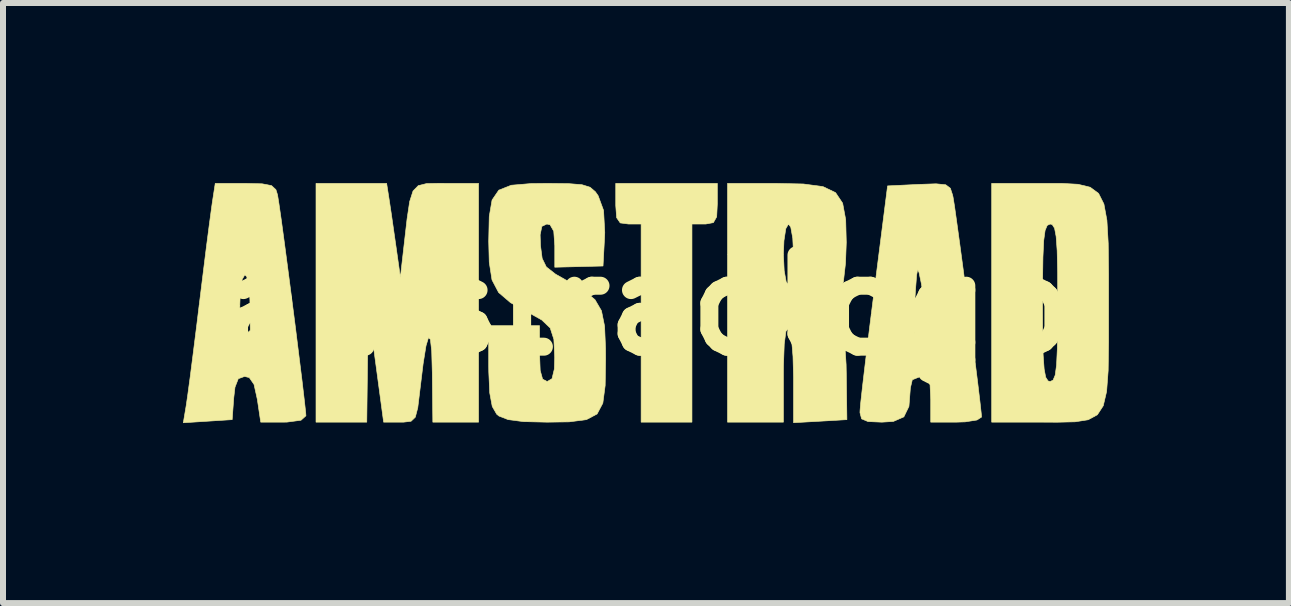
<source format=kicad_pcb>
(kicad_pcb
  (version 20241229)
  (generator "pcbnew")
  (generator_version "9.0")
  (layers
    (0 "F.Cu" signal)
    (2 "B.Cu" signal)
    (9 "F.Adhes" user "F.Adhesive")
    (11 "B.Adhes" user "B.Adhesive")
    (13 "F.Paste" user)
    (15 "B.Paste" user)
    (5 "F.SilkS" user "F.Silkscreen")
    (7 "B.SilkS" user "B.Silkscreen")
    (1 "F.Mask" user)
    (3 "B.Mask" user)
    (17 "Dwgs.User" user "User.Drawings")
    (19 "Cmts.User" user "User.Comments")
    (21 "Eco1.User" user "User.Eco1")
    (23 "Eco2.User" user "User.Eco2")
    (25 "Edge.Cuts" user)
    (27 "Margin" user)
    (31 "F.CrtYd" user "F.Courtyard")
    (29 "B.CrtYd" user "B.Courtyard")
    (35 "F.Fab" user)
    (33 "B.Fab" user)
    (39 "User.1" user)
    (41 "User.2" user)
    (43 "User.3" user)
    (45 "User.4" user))
  (footprint "amstradlogo"
    (layer "F.Cu")
    (at 7.719 2.038)
    (property "Reference" "amstradlogo" (at 0 0 0) (layer "F.SilkS") (effects (font (size 1.524 1.524) (thickness 0.3))))
    (attr through_hole)
    (fp_poly (pts (xy 1.185 -1.693) (xy 1.174 -1.475) (xy 1.119 -1.378) (xy 0.992 -1.355) (xy 0.974 -1.355) (xy 0.762 -1.355) (xy 0.762 1.947) (xy -0.085 1.947) (xy -0.085 -1.355) (xy -0.296 -1.355) (xy -0.433 -1.373) (xy -0.493 -1.46) (xy -0.508 -1.664) (xy -0.508 -1.693) (xy -0.508 -2.032) (xy 1.185 -2.032) (xy 1.185 -1.693)) (stroke (width 0.01) (type solid)) (fill yes) (layer "F.SilkS"))
    (fp_poly (pts (xy -3.338 -2.032) (xy -2.794 -2.032) (xy -2.794 1.947) (xy -3.556 1.947) (xy -3.565 1.122) (xy -3.575 0.761) (xy -3.597 0.567) (xy -3.629 0.539) (xy -3.67 0.675) (xy -3.718 0.974) (xy -3.772 1.418) (xy -3.807 1.706) (xy -3.848 1.864) (xy -3.919 1.932) (xy -4.045 1.947) (xy -4.103 1.947) (xy -4.376 1.947) (xy -4.504 0.995) (xy -4.633 0.042) (xy -4.645 0.995) (xy -4.657 1.947) (xy -5.503 1.947) (xy -5.503 -2.032) (xy -4.326 -2.032) (xy -4.283 -1.757) (xy -4.247 -1.518) (xy -4.201 -1.197) (xy -4.169 -0.974) (xy -4.097 -0.466) (xy -4.034 -1.016) (xy -3.985 -1.443) (xy -3.942 -1.73) (xy -3.886 -1.905) (xy -3.798 -1.995) (xy -3.66 -2.029) (xy -3.451 -2.033) (xy -3.338 -2.032)) (stroke (width 0.01) (type solid)) (fill yes) (layer "F.SilkS"))
    (fp_poly (pts (xy 2.619 -2.022) (xy 2.946 -1.978) (xy 3.155 -1.878) (xy 3.273 -1.702) (xy 3.324 -1.427) (xy 3.334 -1.048) (xy 3.321 -0.703) (xy 3.287 -0.404) (xy 3.238 -0.208) (xy 3.23 -0.191) (xy 3.17 0.011) (xy 3.226 0.185) (xy 3.271 0.351) (xy 3.308 0.635) (xy 3.331 0.987) (xy 3.334 1.137) (xy 3.344 1.905) (xy 2.9 1.931) (xy 2.455 1.956) (xy 2.455 1.195) (xy 2.446 0.852) (xy 2.423 0.576) (xy 2.389 0.41) (xy 2.371 0.381) (xy 2.328 0.433) (xy 2.3 0.644) (xy 2.287 1.004) (xy 2.286 1.138) (xy 2.286 1.947) (xy 1.355 1.947) (xy 1.355 -0.847) (xy 2.286 -0.847) (xy 2.299 -0.576) (xy 2.332 -0.393) (xy 2.371 -0.339) (xy 2.416 -0.416) (xy 2.446 -0.617) (xy 2.455 -0.847) (xy 2.442 -1.117) (xy 2.409 -1.301) (xy 2.371 -1.355) (xy 2.326 -1.278) (xy 2.295 -1.076) (xy 2.286 -0.847) (xy 1.355 -0.847) (xy 1.355 -2.032) (xy 2.15 -2.032) (xy 2.619 -2.022)) (stroke (width 0.01) (type solid)) (fill yes) (layer "F.SilkS"))
    (fp_poly (pts (xy 6.921 -2.032) (xy 7.196 -2.017) (xy 7.398 -1.968) (xy 7.538 -1.865) (xy 7.627 -1.688) (xy 7.677 -1.417) (xy 7.699 -1.032) (xy 7.705 -0.512) (xy 7.705 -0.013) (xy 7.705 0.612) (xy 7.698 1.088) (xy 7.672 1.435) (xy 7.616 1.674) (xy 7.518 1.824) (xy 7.365 1.907) (xy 7.148 1.941) (xy 6.853 1.948) (xy 6.576 1.947) (xy 5.757 1.947) (xy 5.757 -0.042) (xy 6.604 -0.042) (xy 6.606 0.464) (xy 6.614 0.824) (xy 6.631 1.062) (xy 6.657 1.199) (xy 6.696 1.26) (xy 6.731 1.27) (xy 6.78 1.247) (xy 6.815 1.164) (xy 6.838 0.996) (xy 6.851 0.721) (xy 6.857 0.315) (xy 6.858 -0.042) (xy 6.856 -0.549) (xy 6.848 -0.909) (xy 6.831 -1.146) (xy 6.805 -1.284) (xy 6.766 -1.345) (xy 6.731 -1.355) (xy 6.682 -1.332) (xy 6.647 -1.248) (xy 6.624 -1.081) (xy 6.611 -0.805) (xy 6.605 -0.4) (xy 6.604 -0.042) (xy 5.757 -0.042) (xy 5.757 -2.032) (xy 6.562 -2.032) (xy 6.921 -2.032)) (stroke (width 0.01) (type solid)) (fill yes) (layer "F.SilkS"))
    (fp_poly (pts (xy -6.4 -2.025) (xy -6.244 -1.995) (xy -6.171 -1.927) (xy -6.144 -1.841) (xy -6.121 -1.696) (xy -6.081 -1.419) (xy -6.03 -1.043) (xy -5.971 -0.597) (xy -5.908 -0.114) (xy -5.845 0.376) (xy -5.787 0.843) (xy -5.736 1.253) (xy -5.698 1.578) (xy -5.675 1.785) (xy -5.671 1.841) (xy -5.753 1.915) (xy -5.987 1.946) (xy -6.048 1.947) (xy -6.424 1.947) (xy -6.481 1.566) (xy -6.536 1.318) (xy -6.615 1.204) (xy -6.693 1.185) (xy -6.798 1.223) (xy -6.853 1.364) (xy -6.874 1.545) (xy -6.9 1.905) (xy -7.307 1.931) (xy -7.714 1.957) (xy -7.667 1.677) (xy -7.641 1.499) (xy -7.599 1.188) (xy -7.547 0.781) (xy -7.488 0.311) (xy -7.451 0.007) (xy -6.773 0.007) (xy -6.76 0.313) (xy -6.72 0.473) (xy -6.682 0.492) (xy -6.6 0.419) (xy -6.598 0.4) (xy -6.601 0.286) (xy -6.604 0.063) (xy -6.604 -0.085) (xy -6.619 -0.326) (xy -6.658 -0.479) (xy -6.689 -0.508) (xy -6.734 -0.431) (xy -6.764 -0.229) (xy -6.773 0.007) (xy -7.451 0.007) (xy -7.45 0) (xy -7.389 -0.494) (xy -7.332 -0.952) (xy -7.282 -1.338) (xy -7.245 -1.614) (xy -7.231 -1.714) (xy -7.182 -2.032) (xy -6.683 -2.032) (xy -6.4 -2.025)) (stroke (width 0.01) (type solid)) (fill yes) (layer "F.SilkS"))
    (fp_poly (pts (xy 4.991 -2.009) (xy 5.068 -1.951) (xy 5.106 -1.836) (xy 5.113 -1.803) (xy 5.137 -1.655) (xy 5.176 -1.377) (xy 5.228 -0.999) (xy 5.288 -0.553) (xy 5.351 -0.07) (xy 5.414 0.419) (xy 5.473 0.883) (xy 5.524 1.291) (xy 5.562 1.611) (xy 5.584 1.812) (xy 5.588 1.862) (xy 5.512 1.911) (xy 5.317 1.942) (xy 5.165 1.947) (xy 4.741 1.947) (xy 4.741 1.566) (xy 4.73 1.328) (xy 4.684 1.216) (xy 4.584 1.185) (xy 4.572 1.185) (xy 4.434 1.241) (xy 4.402 1.376) (xy 4.378 1.684) (xy 4.293 1.859) (xy 4.118 1.935) (xy 3.927 1.947) (xy 3.696 1.937) (xy 3.589 1.892) (xy 3.562 1.789) (xy 3.563 1.757) (xy 3.575 1.618) (xy 3.606 1.339) (xy 3.652 0.949) (xy 3.71 0.474) (xy 3.722 0.374) (xy 4.467 0.374) (xy 4.48 0.473) (xy 4.48 0.473) (xy 4.58 0.507) (xy 4.641 0.393) (xy 4.652 0.233) (xy 4.631 -0.04) (xy 4.588 -0.345) (xy 4.581 -0.381) (xy 4.546 -0.547) (xy 4.523 -0.593) (xy 4.506 -0.504) (xy 4.488 -0.267) (xy 4.48 -0.141) (xy 4.467 0.154) (xy 4.467 0.374) (xy 3.722 0.374) (xy 3.776 -0.056) (xy 3.796 -0.212) (xy 4.022 -1.99) (xy 4.543 -2.015) (xy 4.83 -2.025) (xy 4.991 -2.009)) (stroke (width 0.01) (type solid)) (fill yes) (layer "F.SilkS"))
    (fp_poly (pts (xy -1.295 -2.028) (xy -1.071 -2.01) (xy -0.936 -1.968) (xy -0.848 -1.893) (xy -0.802 -1.828) (xy -0.711 -1.582) (xy -0.691 -1.213) (xy -0.694 -1.14) (xy -0.72 -0.655) (xy -1.122 -0.645) (xy -1.524 -0.635) (xy -1.524 -0.995) (xy -1.541 -1.235) (xy -1.602 -1.342) (xy -1.656 -1.355) (xy -1.739 -1.316) (xy -1.768 -1.175) (xy -1.762 -0.995) (xy -1.734 -0.781) (xy -1.665 -0.64) (xy -1.512 -0.52) (xy -1.316 -0.409) (xy -1.037 -0.247) (xy -0.854 -0.094) (xy -0.746 0.091) (xy -0.694 0.348) (xy -0.678 0.718) (xy -0.677 0.899) (xy -0.684 1.335) (xy -0.723 1.63) (xy -0.819 1.811) (xy -0.997 1.905) (xy -1.284 1.942) (xy -1.651 1.947) (xy -2.044 1.938) (xy -2.3 1.905) (xy -2.454 1.845) (xy -2.492 1.814) (xy -2.566 1.685) (xy -2.608 1.459) (xy -2.624 1.104) (xy -2.625 1.01) (xy -2.625 0.339) (xy -1.778 0.339) (xy -1.778 0.804) (xy -1.767 1.085) (xy -1.727 1.23) (xy -1.651 1.27) (xy -1.57 1.223) (xy -1.531 1.061) (xy -1.525 0.868) (xy -1.539 0.567) (xy -1.6 0.378) (xy -1.741 0.244) (xy -1.947 0.129) (xy -2.261 -0.044) (xy -2.46 -0.214) (xy -2.57 -0.423) (xy -2.616 -0.719) (xy -2.625 -1.067) (xy -2.616 -1.48) (xy -2.569 -1.755) (xy -2.457 -1.919) (xy -2.25 -2.001) (xy -1.92 -2.029) (xy -1.647 -2.032) (xy -1.295 -2.028)) (stroke (width 0.01) (type solid)) (fill yes) (layer "F.SilkS")))
  (gr_rect
    (start -3 -3)
    (end 18.429 7)
    (stroke (width 0.1) (type default))
    (fill no)
    (layer "Edge.Cuts")))
</source>
